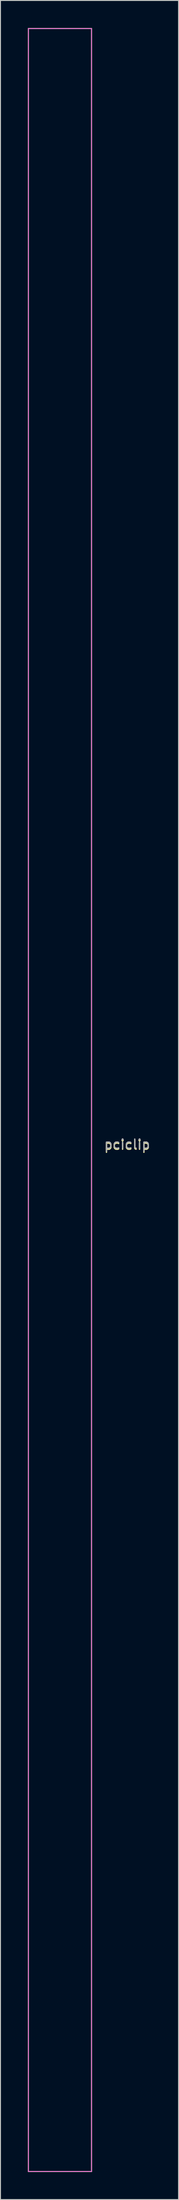
<source format=kicad_pcb>
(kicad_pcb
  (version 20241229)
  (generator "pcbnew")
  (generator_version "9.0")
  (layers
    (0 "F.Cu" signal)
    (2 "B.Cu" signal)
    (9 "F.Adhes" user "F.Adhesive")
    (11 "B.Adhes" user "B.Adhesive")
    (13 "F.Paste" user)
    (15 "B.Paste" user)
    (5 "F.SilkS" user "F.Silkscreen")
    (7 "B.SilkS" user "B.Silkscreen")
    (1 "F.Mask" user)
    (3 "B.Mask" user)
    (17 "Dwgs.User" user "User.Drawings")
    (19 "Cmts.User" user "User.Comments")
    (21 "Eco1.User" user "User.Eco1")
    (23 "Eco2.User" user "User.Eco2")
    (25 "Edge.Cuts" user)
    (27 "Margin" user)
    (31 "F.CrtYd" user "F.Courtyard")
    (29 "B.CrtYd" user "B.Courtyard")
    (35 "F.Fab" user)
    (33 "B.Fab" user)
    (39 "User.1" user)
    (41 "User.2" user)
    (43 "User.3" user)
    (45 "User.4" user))
  (footprint "pciclip"
    (layer "F.Cu")
    (at 3.46 116.785)
    (property "Reference" "pciclip" (at 7.4 4.9 0) (layer "F.SilkS") (effects (font (size 1 1) (thickness 0.15))))
    (attr through_hole)
    (fp_line (start -3.4 -116.725) (end -3.4 116.725) (stroke (width 0.12) (type solid)) (layer "F.SilkS"))
    (fp_line (start -3.4 116.725) (end 3.5 116.725) (stroke (width 0.12) (type solid)) (layer "F.SilkS"))
    (fp_line (start 3.5 -116.725) (end -3.4 -116.725) (stroke (width 0.12) (type solid)) (layer "F.SilkS"))
    (fp_line (start 3.5 116.725) (end 3.5 -116.725) (stroke (width 0.12) (type solid)) (layer "F.SilkS"))
    (fp_line (start -3.4 116.725) (end -3.4 -116.725) (stroke (width 0.05) (type solid)) (layer "F.CrtYd"))
    (fp_line (start -3.4 116.725) (end 3.5 116.725) (stroke (width 0.05) (type solid)) (layer "F.CrtYd"))
    (fp_line (start 3.5 -116.725) (end -3.4 -116.725) (stroke (width 0.05) (type solid)) (layer "F.CrtYd"))
    (fp_line (start 3.5 -116.725) (end 3.5 116.725) (stroke (width 0.05) (type solid)) (layer "F.CrtYd"))
    (fp_line (start -3.4 116.725) (end -3.4 -116.725) (stroke (width 0.1) (type solid)) (layer "F.Fab"))
    (fp_line (start -3.4 116.725) (end 3.5 116.725) (stroke (width 0.1) (type solid)) (layer "F.Fab"))
    (fp_line (start 3.5 -116.725) (end -3.4 -116.725) (stroke (width 0.1) (type solid)) (layer "F.Fab"))
    (fp_line (start 3.5 -116.725) (end 3.5 116.725) (stroke (width 0.1) (type solid)) (layer "F.Fab"))
    (fp_text user "${REFERENCE}" (at 7.4 4.8 0) (layer "F.Fab") (effects (font (size 1 1) (thickness 0.15)))))
  (gr_rect
    (start -3 -3)
    (end 16.485 236.57)
    (stroke (width 0.1) (type default))
    (fill no)
    (layer "Edge.Cuts")))
</source>
